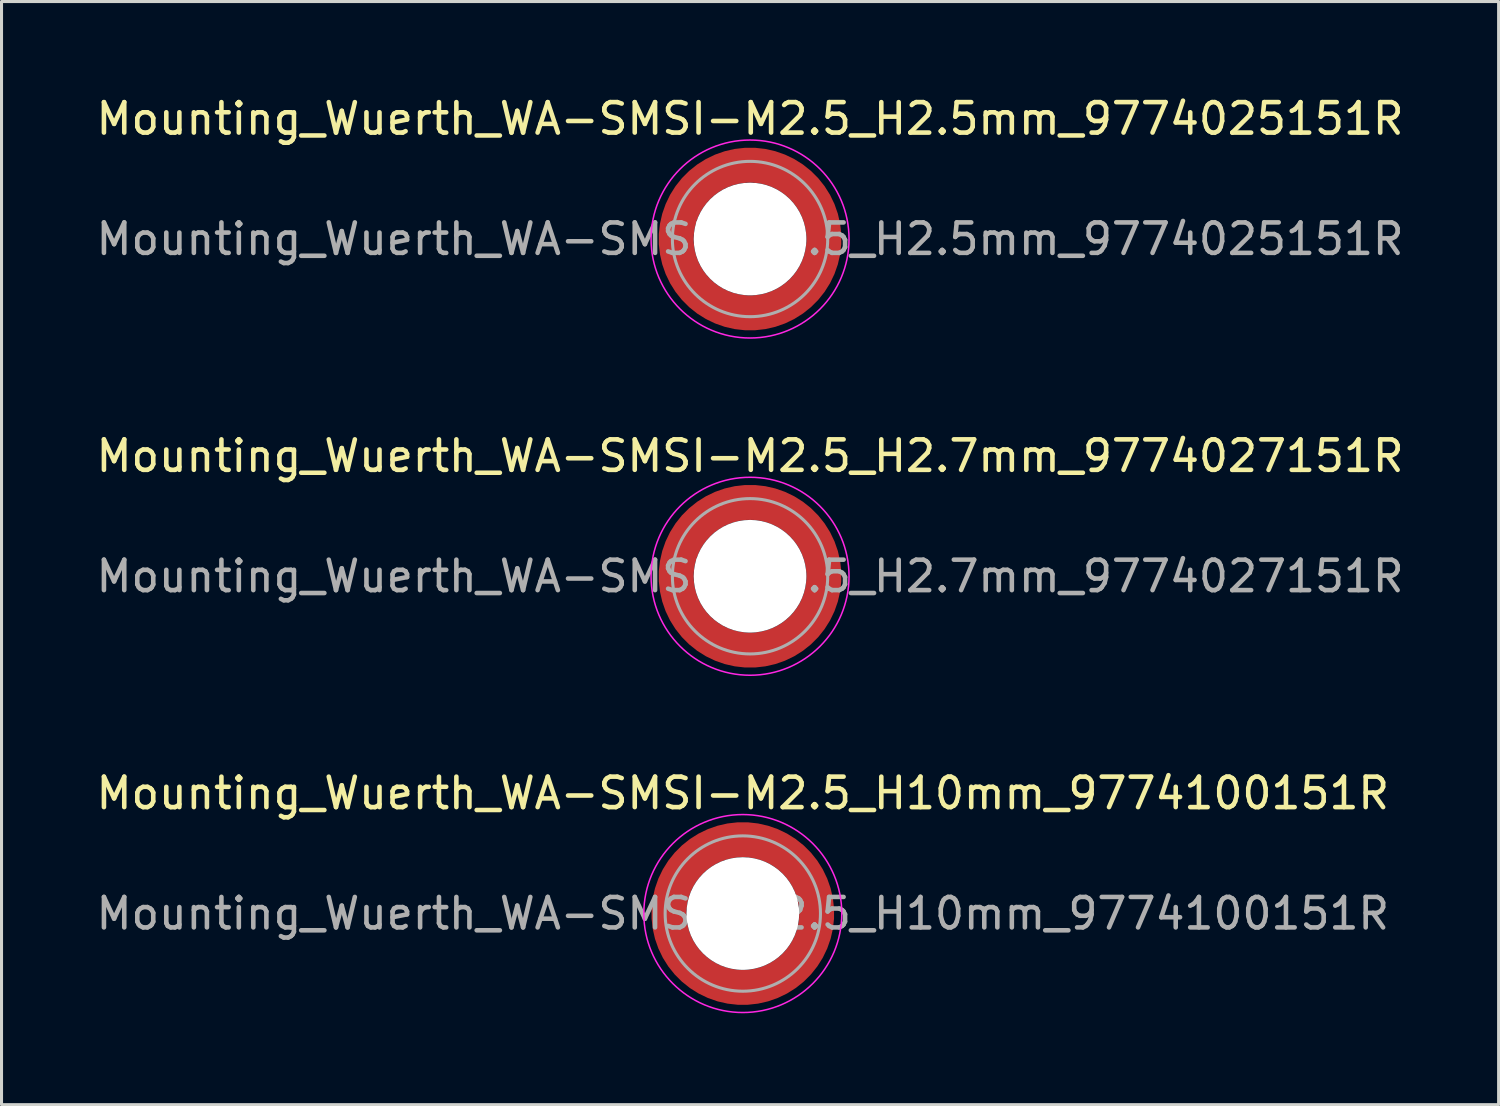
<source format=kicad_pcb>
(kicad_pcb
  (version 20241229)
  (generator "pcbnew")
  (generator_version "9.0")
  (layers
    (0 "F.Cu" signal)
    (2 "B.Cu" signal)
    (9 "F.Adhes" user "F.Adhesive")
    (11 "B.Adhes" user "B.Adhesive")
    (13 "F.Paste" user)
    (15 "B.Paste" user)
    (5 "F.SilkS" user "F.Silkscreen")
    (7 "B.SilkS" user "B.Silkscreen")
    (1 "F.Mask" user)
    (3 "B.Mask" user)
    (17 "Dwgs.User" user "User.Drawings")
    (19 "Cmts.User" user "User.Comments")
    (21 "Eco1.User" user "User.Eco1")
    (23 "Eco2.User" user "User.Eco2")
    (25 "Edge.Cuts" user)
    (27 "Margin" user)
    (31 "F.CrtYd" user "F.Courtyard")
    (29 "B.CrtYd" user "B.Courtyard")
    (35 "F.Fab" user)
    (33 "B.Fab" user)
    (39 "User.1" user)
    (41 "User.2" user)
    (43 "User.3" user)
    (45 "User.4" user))
  (footprint "Mounting_Wuerth_WA-SMSI-M2.5_H2.5mm_9774025151R"
    (layer "F.Cu")
    (at 21.577 4.798)
    (property "Reference" "Mounting_Wuerth_WA-SMSI-M2.5_H2.5mm_9774025151R" (at 0 -3.95 0) (layer "F.SilkS") (effects (font (size 1 1) (thickness 0.15))))
    (attr smd allow_soldermask_bridges)
    (fp_circle (center 0 0) (end 3.25 0) (stroke (width 0.05) (type solid)) (fill no) (layer "F.CrtYd"))
    (fp_circle (center 0 0) (end 2.55 0) (stroke (width 0.1) (type solid)) (fill no) (layer "F.Fab"))
    (fp_text user "${REFERENCE}" (at 0 0 0) (layer "F.Fab") (effects (font (size 1 1) (thickness 0.15))))
    (pad "" smd custom (at -1.704 -1.704) (size 0.51 0.51) (layers "F.Paste") (options (anchor circle)) (primitives (gr_arc (start -0.250195 1.279127) (mid 0.289914 0.289914) (end 1.279127 -0.250195) (width 0.2)) (gr_arc (start -0.34334 1.279127) (mid 0.225488 0.225488) (end 1.279127 -0.34334) (width 0.2)) (gr_arc (start -0.436309 1.279127) (mid 0.161063 0.161063) (end 1.279127 -0.436309) (width 0.2)) (gr_arc (start -0.529126 1.279127) (mid 0.096638 0.096638) (end 1.279127 -0.529126) (width 0.2)) (gr_arc (start -0.621807 1.279127) (mid 0.032213 0.032213) (end 1.279127 -0.621807) (width 0.2)) (gr_arc (start -0.71437 1.279127) (mid -0.032213 -0.032213) (end 1.279127 -0.71437) (width 0.2)) (gr_arc (start -0.806826 1.279127) (mid -0.096638 -0.096638) (end 1.279127 -0.806826) (width 0.2)) (gr_arc (start -0.899187 1.279127) (mid -0.161063 -0.161063) (end 1.279127 -0.899187) (width 0.2)) (gr_arc (start -0.991463 1.279127) (mid -0.225488 -0.225488) (end 1.279127 -0.991463) (width 0.2)) (gr_arc (start -1.083663 1.279127) (mid -0.289914 -0.289914) (end 1.279127 -1.083663) (width 0.2)) (gr_line (start 1.279 -0.25) (end 1.279 -1.084) (width 0.2)) (gr_line (start -0.25 1.279) (end -1.084 1.279) (width 0.2))))
    (pad "" smd custom (at -1.704 1.704) (size 0.51 0.51) (layers "F.Paste") (options (anchor circle)) (primitives (gr_arc (start 1.279127 0.250195) (mid 0.289914 -0.289914) (end -0.250195 -1.279127) (width 0.2)) (gr_arc (start 1.279127 0.34334) (mid 0.225488 -0.225488) (end -0.34334 -1.279127) (width 0.2)) (gr_arc (start 1.279127 0.436309) (mid 0.161063 -0.161063) (end -0.436309 -1.279127) (width 0.2)) (gr_arc (start 1.279127 0.529126) (mid 0.096638 -0.096638) (end -0.529126 -1.279127) (width 0.2)) (gr_arc (start 1.279127 0.621807) (mid 0.032213 -0.032213) (end -0.621807 -1.279127) (width 0.2)) (gr_arc (start 1.279127 0.71437) (mid -0.032213 0.032213) (end -0.71437 -1.279127) (width 0.2)) (gr_arc (start 1.279127 0.806826) (mid -0.096638 0.096638) (end -0.806826 -1.279127) (width 0.2)) (gr_arc (start 1.279127 0.899187) (mid -0.161063 0.161063) (end -0.899187 -1.279127) (width 0.2)) (gr_arc (start 1.279127 0.991463) (mid -0.225488 0.225488) (end -0.991463 -1.279127) (width 0.2)) (gr_arc (start 1.279127 1.083663) (mid -0.289914 0.289914) (end -1.083663 -1.279127) (width 0.2)) (gr_line (start -0.25 -1.279) (end -1.084 -1.279) (width 0.2)) (gr_line (start 1.279 0.25) (end 1.279 1.084) (width 0.2))))
    (pad "" np_thru_hole circle (at 0 0) (size 3.7 3.7) (drill 3.7) (layers "*.Cu" "*.Mask"))
    (pad "" smd custom (at 1.704 -1.704) (size 0.51 0.51) (layers "F.Paste") (options (anchor circle)) (primitives (gr_arc (start -1.279127 -0.250195) (mid -0.289914 0.289914) (end 0.250195 1.279127) (width 0.2)) (gr_arc (start -1.279127 -0.34334) (mid -0.225488 0.225488) (end 0.34334 1.279127) (width 0.2)) (gr_arc (start -1.279127 -0.436309) (mid -0.161063 0.161063) (end 0.436309 1.279127) (width 0.2)) (gr_arc (start -1.279127 -0.529126) (mid -0.096638 0.096638) (end 0.529126 1.279127) (width 0.2)) (gr_arc (start -1.279127 -0.621807) (mid -0.032213 0.032213) (end 0.621807 1.279127) (width 0.2)) (gr_arc (start -1.279127 -0.71437) (mid 0.032213 -0.032213) (end 0.71437 1.279127) (width 0.2)) (gr_arc (start -1.279127 -0.806826) (mid 0.096638 -0.096638) (end 0.806826 1.279127) (width 0.2)) (gr_arc (start -1.279127 -0.899187) (mid 0.161063 -0.161063) (end 0.899187 1.279127) (width 0.2)) (gr_arc (start -1.279127 -0.991463) (mid 0.225488 -0.225488) (end 0.991463 1.279127) (width 0.2)) (gr_arc (start -1.279127 -1.083663) (mid 0.289914 -0.289914) (end 1.083663 1.279127) (width 0.2)) (gr_line (start 0.25 1.279) (end 1.084 1.279) (width 0.2)) (gr_line (start -1.279 -0.25) (end -1.279 -1.084) (width 0.2))))
    (pad "" smd custom (at 1.704 1.704) (size 0.51 0.51) (layers "F.Paste") (options (anchor circle)) (primitives (gr_arc (start 0.250195 -1.279127) (mid -0.289914 -0.289914) (end -1.279127 0.250195) (width 0.2)) (gr_arc (start 0.34334 -1.279127) (mid -0.225488 -0.225488) (end -1.279127 0.34334) (width 0.2)) (gr_arc (start 0.436309 -1.279127) (mid -0.161063 -0.161063) (end -1.279127 0.436309) (width 0.2)) (gr_arc (start 0.529126 -1.279127) (mid -0.096638 -0.096638) (end -1.279127 0.529126) (width 0.2)) (gr_arc (start 0.621807 -1.279127) (mid -0.032213 -0.032213) (end -1.279127 0.621807) (width 0.2)) (gr_arc (start 0.71437 -1.279127) (mid 0.032213 0.032213) (end -1.279127 0.71437) (width 0.2)) (gr_arc (start 0.806826 -1.279127) (mid 0.096638 0.096638) (end -1.279127 0.806826) (width 0.2)) (gr_arc (start 0.899187 -1.279127) (mid 0.161063 0.161063) (end -1.279127 0.899187) (width 0.2)) (gr_arc (start 0.991463 -1.279127) (mid 0.225488 0.225488) (end -1.279127 0.991463) (width 0.2)) (gr_arc (start 1.083663 -1.279127) (mid 0.289914 0.289914) (end -1.279127 1.083663) (width 0.2)) (gr_line (start -1.279 0.25) (end -1.279 1.084) (width 0.2)) (gr_line (start 0.25 -1.279) (end 1.084 -1.279) (width 0.2))))
    (pad "1" smd circle (at -2.425 0) (size 0.642 0.642) (layers "F.Cu"))
    (pad "1" smd circle (at 0 -2.425) (size 0.642 0.642) (layers "F.Cu"))
    (pad "1" smd circle (at 0 2.425) (size 0.642 0.642) (layers "F.Cu"))
    (pad "1" smd custom (at 2.425 0) (size 1.15 1.15) (layers "F.Cu" "F.Mask") (options (anchor circle)) (primitives (gr_circle (center -2.425 0) (end 0 0) (width 1.15) (fill no)))))
  (footprint "Mounting_Wuerth_WA-SMSI-M2.5_H10mm_9774100151R"
    (layer "F.Cu")
    (at 21.339 26.945)
    (property "Reference" "Mounting_Wuerth_WA-SMSI-M2.5_H10mm_9774100151R" (at 0 -3.95 0) (layer "F.SilkS") (effects (font (size 1 1) (thickness 0.15))))
    (attr smd allow_soldermask_bridges)
    (fp_circle (center 0 0) (end 3.25 0) (stroke (width 0.05) (type solid)) (fill no) (layer "F.CrtYd"))
    (fp_circle (center 0 0) (end 2.55 0) (stroke (width 0.1) (type solid)) (fill no) (layer "F.Fab"))
    (fp_text user "${REFERENCE}" (at 0 0 0) (layer "F.Fab") (effects (font (size 1 1) (thickness 0.15))))
    (pad "" smd custom (at -1.704 -1.704) (size 0.51 0.51) (layers "F.Paste") (options (anchor circle)) (primitives (gr_arc (start -0.250195 1.279127) (mid 0.289914 0.289914) (end 1.279127 -0.250195) (width 0.2)) (gr_arc (start -0.34334 1.279127) (mid 0.225488 0.225488) (end 1.279127 -0.34334) (width 0.2)) (gr_arc (start -0.436309 1.279127) (mid 0.161063 0.161063) (end 1.279127 -0.436309) (width 0.2)) (gr_arc (start -0.529126 1.279127) (mid 0.096638 0.096638) (end 1.279127 -0.529126) (width 0.2)) (gr_arc (start -0.621807 1.279127) (mid 0.032213 0.032213) (end 1.279127 -0.621807) (width 0.2)) (gr_arc (start -0.71437 1.279127) (mid -0.032213 -0.032213) (end 1.279127 -0.71437) (width 0.2)) (gr_arc (start -0.806826 1.279127) (mid -0.096638 -0.096638) (end 1.279127 -0.806826) (width 0.2)) (gr_arc (start -0.899187 1.279127) (mid -0.161063 -0.161063) (end 1.279127 -0.899187) (width 0.2)) (gr_arc (start -0.991463 1.279127) (mid -0.225488 -0.225488) (end 1.279127 -0.991463) (width 0.2)) (gr_arc (start -1.083663 1.279127) (mid -0.289914 -0.289914) (end 1.279127 -1.083663) (width 0.2)) (gr_line (start 1.279 -0.25) (end 1.279 -1.084) (width 0.2)) (gr_line (start -0.25 1.279) (end -1.084 1.279) (width 0.2))))
    (pad "" smd custom (at -1.704 1.704) (size 0.51 0.51) (layers "F.Paste") (options (anchor circle)) (primitives (gr_arc (start 1.279127 0.250195) (mid 0.289914 -0.289914) (end -0.250195 -1.279127) (width 0.2)) (gr_arc (start 1.279127 0.34334) (mid 0.225488 -0.225488) (end -0.34334 -1.279127) (width 0.2)) (gr_arc (start 1.279127 0.436309) (mid 0.161063 -0.161063) (end -0.436309 -1.279127) (width 0.2)) (gr_arc (start 1.279127 0.529126) (mid 0.096638 -0.096638) (end -0.529126 -1.279127) (width 0.2)) (gr_arc (start 1.279127 0.621807) (mid 0.032213 -0.032213) (end -0.621807 -1.279127) (width 0.2)) (gr_arc (start 1.279127 0.71437) (mid -0.032213 0.032213) (end -0.71437 -1.279127) (width 0.2)) (gr_arc (start 1.279127 0.806826) (mid -0.096638 0.096638) (end -0.806826 -1.279127) (width 0.2)) (gr_arc (start 1.279127 0.899187) (mid -0.161063 0.161063) (end -0.899187 -1.279127) (width 0.2)) (gr_arc (start 1.279127 0.991463) (mid -0.225488 0.225488) (end -0.991463 -1.279127) (width 0.2)) (gr_arc (start 1.279127 1.083663) (mid -0.289914 0.289914) (end -1.083663 -1.279127) (width 0.2)) (gr_line (start -0.25 -1.279) (end -1.084 -1.279) (width 0.2)) (gr_line (start 1.279 0.25) (end 1.279 1.084) (width 0.2))))
    (pad "" np_thru_hole circle (at 0 0) (size 3.7 3.7) (drill 3.7) (layers "*.Cu" "*.Mask"))
    (pad "" smd custom (at 1.704 -1.704) (size 0.51 0.51) (layers "F.Paste") (options (anchor circle)) (primitives (gr_arc (start -1.279127 -0.250195) (mid -0.289914 0.289914) (end 0.250195 1.279127) (width 0.2)) (gr_arc (start -1.279127 -0.34334) (mid -0.225488 0.225488) (end 0.34334 1.279127) (width 0.2)) (gr_arc (start -1.279127 -0.436309) (mid -0.161063 0.161063) (end 0.436309 1.279127) (width 0.2)) (gr_arc (start -1.279127 -0.529126) (mid -0.096638 0.096638) (end 0.529126 1.279127) (width 0.2)) (gr_arc (start -1.279127 -0.621807) (mid -0.032213 0.032213) (end 0.621807 1.279127) (width 0.2)) (gr_arc (start -1.279127 -0.71437) (mid 0.032213 -0.032213) (end 0.71437 1.279127) (width 0.2)) (gr_arc (start -1.279127 -0.806826) (mid 0.096638 -0.096638) (end 0.806826 1.279127) (width 0.2)) (gr_arc (start -1.279127 -0.899187) (mid 0.161063 -0.161063) (end 0.899187 1.279127) (width 0.2)) (gr_arc (start -1.279127 -0.991463) (mid 0.225488 -0.225488) (end 0.991463 1.279127) (width 0.2)) (gr_arc (start -1.279127 -1.083663) (mid 0.289914 -0.289914) (end 1.083663 1.279127) (width 0.2)) (gr_line (start 0.25 1.279) (end 1.084 1.279) (width 0.2)) (gr_line (start -1.279 -0.25) (end -1.279 -1.084) (width 0.2))))
    (pad "" smd custom (at 1.704 1.704) (size 0.51 0.51) (layers "F.Paste") (options (anchor circle)) (primitives (gr_arc (start 0.250195 -1.279127) (mid -0.289914 -0.289914) (end -1.279127 0.250195) (width 0.2)) (gr_arc (start 0.34334 -1.279127) (mid -0.225488 -0.225488) (end -1.279127 0.34334) (width 0.2)) (gr_arc (start 0.436309 -1.279127) (mid -0.161063 -0.161063) (end -1.279127 0.436309) (width 0.2)) (gr_arc (start 0.529126 -1.279127) (mid -0.096638 -0.096638) (end -1.279127 0.529126) (width 0.2)) (gr_arc (start 0.621807 -1.279127) (mid -0.032213 -0.032213) (end -1.279127 0.621807) (width 0.2)) (gr_arc (start 0.71437 -1.279127) (mid 0.032213 0.032213) (end -1.279127 0.71437) (width 0.2)) (gr_arc (start 0.806826 -1.279127) (mid 0.096638 0.096638) (end -1.279127 0.806826) (width 0.2)) (gr_arc (start 0.899187 -1.279127) (mid 0.161063 0.161063) (end -1.279127 0.899187) (width 0.2)) (gr_arc (start 0.991463 -1.279127) (mid 0.225488 0.225488) (end -1.279127 0.991463) (width 0.2)) (gr_arc (start 1.083663 -1.279127) (mid 0.289914 0.289914) (end -1.279127 1.083663) (width 0.2)) (gr_line (start -1.279 0.25) (end -1.279 1.084) (width 0.2)) (gr_line (start 0.25 -1.279) (end 1.084 -1.279) (width 0.2))))
    (pad "1" smd circle (at -2.425 0) (size 0.642 0.642) (layers "F.Cu"))
    (pad "1" smd circle (at 0 -2.425) (size 0.642 0.642) (layers "F.Cu"))
    (pad "1" smd circle (at 0 2.425) (size 0.642 0.642) (layers "F.Cu"))
    (pad "1" smd custom (at 2.425 0) (size 1.15 1.15) (layers "F.Cu" "F.Mask") (options (anchor circle)) (primitives (gr_circle (center -2.425 0) (end 0 0) (width 1.15) (fill no)))))
  (footprint "Mounting_Wuerth_WA-SMSI-M2.5_H2.7mm_9774027151R"
    (layer "F.Cu")
    (at 21.577 15.871)
    (property "Reference" "Mounting_Wuerth_WA-SMSI-M2.5_H2.7mm_9774027151R" (at 0 -3.95 0) (layer "F.SilkS") (effects (font (size 1 1) (thickness 0.15))))
    (attr smd allow_soldermask_bridges)
    (fp_circle (center 0 0) (end 3.25 0) (stroke (width 0.05) (type solid)) (fill no) (layer "F.CrtYd"))
    (fp_circle (center 0 0) (end 2.55 0) (stroke (width 0.1) (type solid)) (fill no) (layer "F.Fab"))
    (fp_text user "${REFERENCE}" (at 0 0 0) (layer "F.Fab") (effects (font (size 1 1) (thickness 0.15))))
    (pad "" smd custom (at -1.704 -1.704) (size 0.51 0.51) (layers "F.Paste") (options (anchor circle)) (primitives (gr_arc (start -0.250195 1.279127) (mid 0.289914 0.289914) (end 1.279127 -0.250195) (width 0.2)) (gr_arc (start -0.34334 1.279127) (mid 0.225488 0.225488) (end 1.279127 -0.34334) (width 0.2)) (gr_arc (start -0.436309 1.279127) (mid 0.161063 0.161063) (end 1.279127 -0.436309) (width 0.2)) (gr_arc (start -0.529126 1.279127) (mid 0.096638 0.096638) (end 1.279127 -0.529126) (width 0.2)) (gr_arc (start -0.621807 1.279127) (mid 0.032213 0.032213) (end 1.279127 -0.621807) (width 0.2)) (gr_arc (start -0.71437 1.279127) (mid -0.032213 -0.032213) (end 1.279127 -0.71437) (width 0.2)) (gr_arc (start -0.806826 1.279127) (mid -0.096638 -0.096638) (end 1.279127 -0.806826) (width 0.2)) (gr_arc (start -0.899187 1.279127) (mid -0.161063 -0.161063) (end 1.279127 -0.899187) (width 0.2)) (gr_arc (start -0.991463 1.279127) (mid -0.225488 -0.225488) (end 1.279127 -0.991463) (width 0.2)) (gr_arc (start -1.083663 1.279127) (mid -0.289914 -0.289914) (end 1.279127 -1.083663) (width 0.2)) (gr_line (start 1.279 -0.25) (end 1.279 -1.084) (width 0.2)) (gr_line (start -0.25 1.279) (end -1.084 1.279) (width 0.2))))
    (pad "" smd custom (at -1.704 1.704) (size 0.51 0.51) (layers "F.Paste") (options (anchor circle)) (primitives (gr_arc (start 1.279127 0.250195) (mid 0.289914 -0.289914) (end -0.250195 -1.279127) (width 0.2)) (gr_arc (start 1.279127 0.34334) (mid 0.225488 -0.225488) (end -0.34334 -1.279127) (width 0.2)) (gr_arc (start 1.279127 0.436309) (mid 0.161063 -0.161063) (end -0.436309 -1.279127) (width 0.2)) (gr_arc (start 1.279127 0.529126) (mid 0.096638 -0.096638) (end -0.529126 -1.279127) (width 0.2)) (gr_arc (start 1.279127 0.621807) (mid 0.032213 -0.032213) (end -0.621807 -1.279127) (width 0.2)) (gr_arc (start 1.279127 0.71437) (mid -0.032213 0.032213) (end -0.71437 -1.279127) (width 0.2)) (gr_arc (start 1.279127 0.806826) (mid -0.096638 0.096638) (end -0.806826 -1.279127) (width 0.2)) (gr_arc (start 1.279127 0.899187) (mid -0.161063 0.161063) (end -0.899187 -1.279127) (width 0.2)) (gr_arc (start 1.279127 0.991463) (mid -0.225488 0.225488) (end -0.991463 -1.279127) (width 0.2)) (gr_arc (start 1.279127 1.083663) (mid -0.289914 0.289914) (end -1.083663 -1.279127) (width 0.2)) (gr_line (start -0.25 -1.279) (end -1.084 -1.279) (width 0.2)) (gr_line (start 1.279 0.25) (end 1.279 1.084) (width 0.2))))
    (pad "" np_thru_hole circle (at 0 0) (size 3.7 3.7) (drill 3.7) (layers "*.Cu" "*.Mask"))
    (pad "" smd custom (at 1.704 -1.704) (size 0.51 0.51) (layers "F.Paste") (options (anchor circle)) (primitives (gr_arc (start -1.279127 -0.250195) (mid -0.289914 0.289914) (end 0.250195 1.279127) (width 0.2)) (gr_arc (start -1.279127 -0.34334) (mid -0.225488 0.225488) (end 0.34334 1.279127) (width 0.2)) (gr_arc (start -1.279127 -0.436309) (mid -0.161063 0.161063) (end 0.436309 1.279127) (width 0.2)) (gr_arc (start -1.279127 -0.529126) (mid -0.096638 0.096638) (end 0.529126 1.279127) (width 0.2)) (gr_arc (start -1.279127 -0.621807) (mid -0.032213 0.032213) (end 0.621807 1.279127) (width 0.2)) (gr_arc (start -1.279127 -0.71437) (mid 0.032213 -0.032213) (end 0.71437 1.279127) (width 0.2)) (gr_arc (start -1.279127 -0.806826) (mid 0.096638 -0.096638) (end 0.806826 1.279127) (width 0.2)) (gr_arc (start -1.279127 -0.899187) (mid 0.161063 -0.161063) (end 0.899187 1.279127) (width 0.2)) (gr_arc (start -1.279127 -0.991463) (mid 0.225488 -0.225488) (end 0.991463 1.279127) (width 0.2)) (gr_arc (start -1.279127 -1.083663) (mid 0.289914 -0.289914) (end 1.083663 1.279127) (width 0.2)) (gr_line (start 0.25 1.279) (end 1.084 1.279) (width 0.2)) (gr_line (start -1.279 -0.25) (end -1.279 -1.084) (width 0.2))))
    (pad "" smd custom (at 1.704 1.704) (size 0.51 0.51) (layers "F.Paste") (options (anchor circle)) (primitives (gr_arc (start 0.250195 -1.279127) (mid -0.289914 -0.289914) (end -1.279127 0.250195) (width 0.2)) (gr_arc (start 0.34334 -1.279127) (mid -0.225488 -0.225488) (end -1.279127 0.34334) (width 0.2)) (gr_arc (start 0.436309 -1.279127) (mid -0.161063 -0.161063) (end -1.279127 0.436309) (width 0.2)) (gr_arc (start 0.529126 -1.279127) (mid -0.096638 -0.096638) (end -1.279127 0.529126) (width 0.2)) (gr_arc (start 0.621807 -1.279127) (mid -0.032213 -0.032213) (end -1.279127 0.621807) (width 0.2)) (gr_arc (start 0.71437 -1.279127) (mid 0.032213 0.032213) (end -1.279127 0.71437) (width 0.2)) (gr_arc (start 0.806826 -1.279127) (mid 0.096638 0.096638) (end -1.279127 0.806826) (width 0.2)) (gr_arc (start 0.899187 -1.279127) (mid 0.161063 0.161063) (end -1.279127 0.899187) (width 0.2)) (gr_arc (start 0.991463 -1.279127) (mid 0.225488 0.225488) (end -1.279127 0.991463) (width 0.2)) (gr_arc (start 1.083663 -1.279127) (mid 0.289914 0.289914) (end -1.279127 1.083663) (width 0.2)) (gr_line (start -1.279 0.25) (end -1.279 1.084) (width 0.2)) (gr_line (start 0.25 -1.279) (end 1.084 -1.279) (width 0.2))))
    (pad "1" smd circle (at -2.425 0) (size 0.642 0.642) (layers "F.Cu"))
    (pad "1" smd circle (at 0 -2.425) (size 0.642 0.642) (layers "F.Cu"))
    (pad "1" smd circle (at 0 2.425) (size 0.642 0.642) (layers "F.Cu"))
    (pad "1" smd custom (at 2.425 0) (size 1.15 1.15) (layers "F.Cu" "F.Mask") (options (anchor circle)) (primitives (gr_circle (center -2.425 0) (end 0 0) (width 1.15) (fill no)))))
  (gr_rect
    (start -3 -3)
    (end 46.155 33.22)
    (stroke (width 0.1) (type default))
    (fill no)
    (layer "Edge.Cuts")))
</source>
